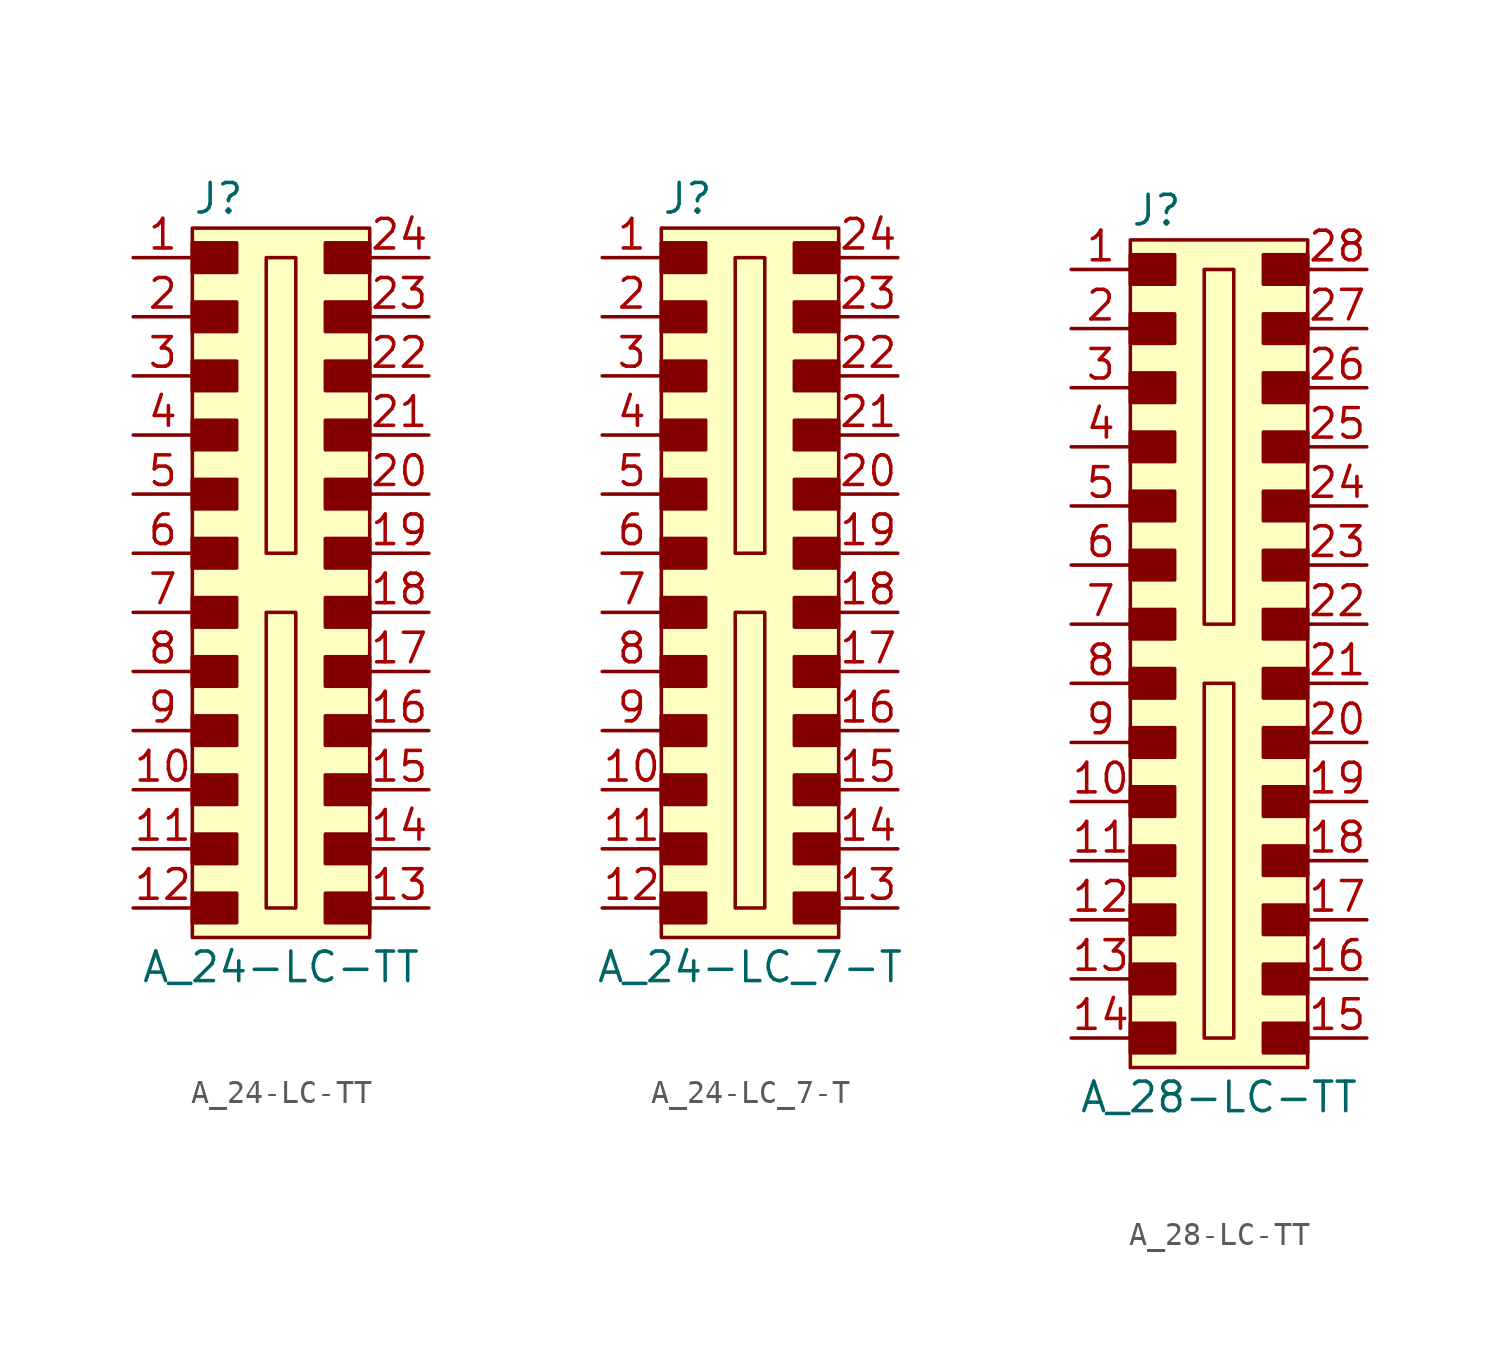
<source format=kicad_sym>
(kicad_symbol_lib
  (version 20211014)
  (generator kicad_symbol_editor)
  (symbol "A_24-LC-TT"
    (pin_names
      (offset 1.016))
    (property "Reference" "J"
      (at -3.81 16.51 0)
      (effects (font (size 1.27 1.27)) (justify left)))
    (property "Value" "A_24-LC-TT"
      (at 0 -16.51 0)
      (effects (font (size 1.27 1.27))))
    (symbol "A_24-LC-TT_1_1"
      (rectangle (start -3.81 -13.335) (end -1.905 -14.605) (stroke (width 0) (type default) (color 0 0 0 0)) (fill (type outline)))
      (rectangle (start -3.81 -10.795) (end -1.905 -12.065) (stroke (width 0) (type default) (color 0 0 0 0)) (fill (type outline)))
      (rectangle (start -3.81 -8.255) (end -1.905 -9.525) (stroke (width 0) (type default) (color 0 0 0 0)) (fill (type outline)))
      (rectangle (start -3.81 -5.715) (end -1.905 -6.985) (stroke (width 0) (type default) (color 0 0 0 0)) (fill (type outline)))
      (rectangle (start -3.81 -3.175) (end -1.905 -4.445) (stroke (width 0) (type default) (color 0 0 0 0)) (fill (type outline)))
      (rectangle (start -3.81 -0.635) (end -1.905 -1.905) (stroke (width 0) (type default) (color 0 0 0 0)) (fill (type outline)))
      (rectangle (start -3.81 1.905) (end -1.905 0.635) (stroke (width 0) (type default) (color 0 0 0 0)) (fill (type outline)))
      (rectangle (start -3.81 4.445) (end -1.905 3.175) (stroke (width 0) (type default) (color 0 0 0 0)) (fill (type outline)))
      (rectangle (start -3.81 6.985) (end -1.905 5.715) (stroke (width 0) (type default) (color 0 0 0 0)) (fill (type outline)))
      (rectangle (start -3.81 9.525) (end -1.905 8.255) (stroke (width 0) (type default) (color 0 0 0 0)) (fill (type outline)))
      (rectangle (start -3.81 12.065) (end -1.905 10.795) (stroke (width 0) (type default) (color 0 0 0 0)) (fill (type outline)))
      (rectangle (start -3.81 14.605) (end -1.905 13.335) (stroke (width 0) (type default) (color 0 0 0 0)) (fill (type outline)))
      (rectangle (start -3.81 15.24) (end 3.81 -15.24) (stroke (width 0) (type default) (color 0 0 0 0)) (fill (type background)))
      (rectangle (start -0.635 -1.27) (end 0.635 -13.97) (stroke (width 0) (type default) (color 0 0 0 0)) (fill (type none)))
      (rectangle (start -0.635 13.97) (end 0.635 1.27) (stroke (width 0) (type default) (color 0 0 0 0)) (fill (type none)))
      (rectangle (start 1.905 -13.335) (end 3.81 -14.605) (stroke (width 0) (type default) (color 0 0 0 0)) (fill (type outline)))
      (rectangle (start 1.905 -10.795) (end 3.81 -12.065) (stroke (width 0) (type default) (color 0 0 0 0)) (fill (type outline)))
      (rectangle (start 1.905 -8.255) (end 3.81 -9.525) (stroke (width 0) (type default) (color 0 0 0 0)) (fill (type outline)))
      (rectangle (start 1.905 -5.715) (end 3.81 -6.985) (stroke (width 0) (type default) (color 0 0 0 0)) (fill (type outline)))
      (rectangle (start 1.905 -3.175) (end 3.81 -4.445) (stroke (width 0) (type default) (color 0 0 0 0)) (fill (type outline)))
      (rectangle (start 1.905 -0.635) (end 3.81 -1.905) (stroke (width 0) (type default) (color 0 0 0 0)) (fill (type outline)))
      (rectangle (start 1.905 1.905) (end 3.81 0.635) (stroke (width 0) (type default) (color 0 0 0 0)) (fill (type outline)))
      (rectangle (start 1.905 4.445) (end 3.81 3.175) (stroke (width 0) (type default) (color 0 0 0 0)) (fill (type outline)))
      (rectangle (start 1.905 6.985) (end 3.81 5.715) (stroke (width 0) (type default) (color 0 0 0 0)) (fill (type outline)))
      (rectangle (start 1.905 9.525) (end 3.81 8.255) (stroke (width 0) (type default) (color 0 0 0 0)) (fill (type outline)))
      (rectangle (start 1.905 12.065) (end 3.81 10.795) (stroke (width 0) (type default) (color 0 0 0 0)) (fill (type outline)))
      (rectangle (start 1.905 14.605) (end 3.81 13.335) (stroke (width 0) (type default) (color 0 0 0 0)) (fill (type outline)))
      (pin passive line (at -6.35 13.97 0) (length 2.54) (name "~" (effects (font (size 1.27 1.27)))) (number "1" (effects (font (size 1.27 1.27)))))
      (pin passive line (at -6.35 -8.89 0) (length 2.54) (name "~" (effects (font (size 1.27 1.27)))) (number "10" (effects (font (size 1.27 1.27)))))
      (pin passive line (at -6.35 -11.43 0) (length 2.54) (name "~" (effects (font (size 1.27 1.27)))) (number "11" (effects (font (size 1.27 1.27)))))
      (pin passive line (at -6.35 -13.97 0) (length 2.54) (name "~" (effects (font (size 1.27 1.27)))) (number "12" (effects (font (size 1.27 1.27)))))
      (pin passive line (at 6.35 -13.97 180) (length 2.54) (name "~" (effects (font (size 1.27 1.27)))) (number "13" (effects (font (size 1.27 1.27)))))
      (pin passive line (at 6.35 -11.43 180) (length 2.54) (name "~" (effects (font (size 1.27 1.27)))) (number "14" (effects (font (size 1.27 1.27)))))
      (pin passive line (at 6.35 -8.89 180) (length 2.54) (name "~" (effects (font (size 1.27 1.27)))) (number "15" (effects (font (size 1.27 1.27)))))
      (pin passive line (at 6.35 -6.35 180) (length 2.54) (name "~" (effects (font (size 1.27 1.27)))) (number "16" (effects (font (size 1.27 1.27)))))
      (pin passive line (at 6.35 -3.81 180) (length 2.54) (name "~" (effects (font (size 1.27 1.27)))) (number "17" (effects (font (size 1.27 1.27)))))
      (pin passive line (at 6.35 -1.27 180) (length 2.54) (name "~" (effects (font (size 1.27 1.27)))) (number "18" (effects (font (size 1.27 1.27)))))
      (pin passive line (at 6.35 1.27 180) (length 2.54) (name "~" (effects (font (size 1.27 1.27)))) (number "19" (effects (font (size 1.27 1.27)))))
      (pin passive line (at -6.35 11.43 0) (length 2.54) (name "~" (effects (font (size 1.27 1.27)))) (number "2" (effects (font (size 1.27 1.27)))))
      (pin passive line (at 6.35 3.81 180) (length 2.54) (name "~" (effects (font (size 1.27 1.27)))) (number "20" (effects (font (size 1.27 1.27)))))
      (pin passive line (at 6.35 6.35 180) (length 2.54) (name "~" (effects (font (size 1.27 1.27)))) (number "21" (effects (font (size 1.27 1.27)))))
      (pin passive line (at 6.35 8.89 180) (length 2.54) (name "~" (effects (font (size 1.27 1.27)))) (number "22" (effects (font (size 1.27 1.27)))))
      (pin passive line (at 6.35 11.43 180) (length 2.54) (name "~" (effects (font (size 1.27 1.27)))) (number "23" (effects (font (size 1.27 1.27)))))
      (pin passive line (at 6.35 13.97 180) (length 2.54) (name "~" (effects (font (size 1.27 1.27)))) (number "24" (effects (font (size 1.27 1.27)))))
      (pin passive line (at -6.35 8.89 0) (length 2.54) (name "~" (effects (font (size 1.27 1.27)))) (number "3" (effects (font (size 1.27 1.27)))))
      (pin passive line (at -6.35 6.35 0) (length 2.54) (name "~" (effects (font (size 1.27 1.27)))) (number "4" (effects (font (size 1.27 1.27)))))
      (pin passive line (at -6.35 3.81 0) (length 2.54) (name "~" (effects (font (size 1.27 1.27)))) (number "5" (effects (font (size 1.27 1.27)))))
      (pin passive line (at -6.35 1.27 0) (length 2.54) (name "~" (effects (font (size 1.27 1.27)))) (number "6" (effects (font (size 1.27 1.27)))))
      (pin passive line (at -6.35 -1.27 0) (length 2.54) (name "~" (effects (font (size 1.27 1.27)))) (number "7" (effects (font (size 1.27 1.27)))))
      (pin passive line (at -6.35 -3.81 0) (length 2.54) (name "~" (effects (font (size 1.27 1.27)))) (number "8" (effects (font (size 1.27 1.27)))))
      (pin passive line (at -6.35 -6.35 0) (length 2.54) (name "~" (effects (font (size 1.27 1.27)))) (number "9" (effects (font (size 1.27 1.27)))))))
  (symbol "A_24-LC_7-T"
    (pin_names
      (offset 1.016))
    (property "Reference" "J"
      (at -3.81 16.51 0)
      (effects (font (size 1.27 1.27)) (justify left)))
    (property "Value" "A_24-LC_7-T"
      (at 0 -16.51 0)
      (effects (font (size 1.27 1.27))))
    (symbol "A_24-LC_7-T_1_1"
      (rectangle (start -3.81 -13.335) (end -1.905 -14.605) (stroke (width 0) (type default) (color 0 0 0 0)) (fill (type outline)))
      (rectangle (start -3.81 -10.795) (end -1.905 -12.065) (stroke (width 0) (type default) (color 0 0 0 0)) (fill (type outline)))
      (rectangle (start -3.81 -8.255) (end -1.905 -9.525) (stroke (width 0) (type default) (color 0 0 0 0)) (fill (type outline)))
      (rectangle (start -3.81 -5.715) (end -1.905 -6.985) (stroke (width 0) (type default) (color 0 0 0 0)) (fill (type outline)))
      (rectangle (start -3.81 -3.175) (end -1.905 -4.445) (stroke (width 0) (type default) (color 0 0 0 0)) (fill (type outline)))
      (rectangle (start -3.81 -0.635) (end -1.905 -1.905) (stroke (width 0) (type default) (color 0 0 0 0)) (fill (type outline)))
      (rectangle (start -3.81 1.905) (end -1.905 0.635) (stroke (width 0) (type default) (color 0 0 0 0)) (fill (type outline)))
      (rectangle (start -3.81 4.445) (end -1.905 3.175) (stroke (width 0) (type default) (color 0 0 0 0)) (fill (type outline)))
      (rectangle (start -3.81 6.985) (end -1.905 5.715) (stroke (width 0) (type default) (color 0 0 0 0)) (fill (type outline)))
      (rectangle (start -3.81 9.525) (end -1.905 8.255) (stroke (width 0) (type default) (color 0 0 0 0)) (fill (type outline)))
      (rectangle (start -3.81 12.065) (end -1.905 10.795) (stroke (width 0) (type default) (color 0 0 0 0)) (fill (type outline)))
      (rectangle (start -3.81 14.605) (end -1.905 13.335) (stroke (width 0) (type default) (color 0 0 0 0)) (fill (type outline)))
      (rectangle (start -3.81 15.24) (end 3.81 -15.24) (stroke (width 0) (type default) (color 0 0 0 0)) (fill (type background)))
      (rectangle (start -0.635 -1.27) (end 0.635 -13.97) (stroke (width 0) (type default) (color 0 0 0 0)) (fill (type none)))
      (rectangle (start -0.635 13.97) (end 0.635 1.27) (stroke (width 0) (type default) (color 0 0 0 0)) (fill (type none)))
      (rectangle (start 1.905 -13.335) (end 3.81 -14.605) (stroke (width 0) (type default) (color 0 0 0 0)) (fill (type outline)))
      (rectangle (start 1.905 -10.795) (end 3.81 -12.065) (stroke (width 0) (type default) (color 0 0 0 0)) (fill (type outline)))
      (rectangle (start 1.905 -8.255) (end 3.81 -9.525) (stroke (width 0) (type default) (color 0 0 0 0)) (fill (type outline)))
      (rectangle (start 1.905 -5.715) (end 3.81 -6.985) (stroke (width 0) (type default) (color 0 0 0 0)) (fill (type outline)))
      (rectangle (start 1.905 -3.175) (end 3.81 -4.445) (stroke (width 0) (type default) (color 0 0 0 0)) (fill (type outline)))
      (rectangle (start 1.905 -0.635) (end 3.81 -1.905) (stroke (width 0) (type default) (color 0 0 0 0)) (fill (type outline)))
      (rectangle (start 1.905 1.905) (end 3.81 0.635) (stroke (width 0) (type default) (color 0 0 0 0)) (fill (type outline)))
      (rectangle (start 1.905 4.445) (end 3.81 3.175) (stroke (width 0) (type default) (color 0 0 0 0)) (fill (type outline)))
      (rectangle (start 1.905 6.985) (end 3.81 5.715) (stroke (width 0) (type default) (color 0 0 0 0)) (fill (type outline)))
      (rectangle (start 1.905 9.525) (end 3.81 8.255) (stroke (width 0) (type default) (color 0 0 0 0)) (fill (type outline)))
      (rectangle (start 1.905 12.065) (end 3.81 10.795) (stroke (width 0) (type default) (color 0 0 0 0)) (fill (type outline)))
      (rectangle (start 1.905 14.605) (end 3.81 13.335) (stroke (width 0) (type default) (color 0 0 0 0)) (fill (type outline)))
      (pin passive line (at -6.35 13.97 0) (length 2.54) (name "~" (effects (font (size 1.27 1.27)))) (number "1" (effects (font (size 1.27 1.27)))))
      (pin passive line (at -6.35 -8.89 0) (length 2.54) (name "~" (effects (font (size 1.27 1.27)))) (number "10" (effects (font (size 1.27 1.27)))))
      (pin passive line (at -6.35 -11.43 0) (length 2.54) (name "~" (effects (font (size 1.27 1.27)))) (number "11" (effects (font (size 1.27 1.27)))))
      (pin passive line (at -6.35 -13.97 0) (length 2.54) (name "~" (effects (font (size 1.27 1.27)))) (number "12" (effects (font (size 1.27 1.27)))))
      (pin passive line (at 6.35 -13.97 180) (length 2.54) (name "~" (effects (font (size 1.27 1.27)))) (number "13" (effects (font (size 1.27 1.27)))))
      (pin passive line (at 6.35 -11.43 180) (length 2.54) (name "~" (effects (font (size 1.27 1.27)))) (number "14" (effects (font (size 1.27 1.27)))))
      (pin passive line (at 6.35 -8.89 180) (length 2.54) (name "~" (effects (font (size 1.27 1.27)))) (number "15" (effects (font (size 1.27 1.27)))))
      (pin passive line (at 6.35 -6.35 180) (length 2.54) (name "~" (effects (font (size 1.27 1.27)))) (number "16" (effects (font (size 1.27 1.27)))))
      (pin passive line (at 6.35 -3.81 180) (length 2.54) (name "~" (effects (font (size 1.27 1.27)))) (number "17" (effects (font (size 1.27 1.27)))))
      (pin passive line (at 6.35 -1.27 180) (length 2.54) (name "~" (effects (font (size 1.27 1.27)))) (number "18" (effects (font (size 1.27 1.27)))))
      (pin passive line (at 6.35 1.27 180) (length 2.54) (name "~" (effects (font (size 1.27 1.27)))) (number "19" (effects (font (size 1.27 1.27)))))
      (pin passive line (at -6.35 11.43 0) (length 2.54) (name "~" (effects (font (size 1.27 1.27)))) (number "2" (effects (font (size 1.27 1.27)))))
      (pin passive line (at 6.35 3.81 180) (length 2.54) (name "~" (effects (font (size 1.27 1.27)))) (number "20" (effects (font (size 1.27 1.27)))))
      (pin passive line (at 6.35 6.35 180) (length 2.54) (name "~" (effects (font (size 1.27 1.27)))) (number "21" (effects (font (size 1.27 1.27)))))
      (pin passive line (at 6.35 8.89 180) (length 2.54) (name "~" (effects (font (size 1.27 1.27)))) (number "22" (effects (font (size 1.27 1.27)))))
      (pin passive line (at 6.35 11.43 180) (length 2.54) (name "~" (effects (font (size 1.27 1.27)))) (number "23" (effects (font (size 1.27 1.27)))))
      (pin passive line (at 6.35 13.97 180) (length 2.54) (name "~" (effects (font (size 1.27 1.27)))) (number "24" (effects (font (size 1.27 1.27)))))
      (pin passive line (at -6.35 8.89 0) (length 2.54) (name "~" (effects (font (size 1.27 1.27)))) (number "3" (effects (font (size 1.27 1.27)))))
      (pin passive line (at -6.35 6.35 0) (length 2.54) (name "~" (effects (font (size 1.27 1.27)))) (number "4" (effects (font (size 1.27 1.27)))))
      (pin passive line (at -6.35 3.81 0) (length 2.54) (name "~" (effects (font (size 1.27 1.27)))) (number "5" (effects (font (size 1.27 1.27)))))
      (pin passive line (at -6.35 1.27 0) (length 2.54) (name "~" (effects (font (size 1.27 1.27)))) (number "6" (effects (font (size 1.27 1.27)))))
      (pin passive line (at -6.35 -1.27 0) (length 2.54) (name "~" (effects (font (size 1.27 1.27)))) (number "7" (effects (font (size 1.27 1.27)))))
      (pin passive line (at -6.35 -3.81 0) (length 2.54) (name "~" (effects (font (size 1.27 1.27)))) (number "8" (effects (font (size 1.27 1.27)))))
      (pin passive line (at -6.35 -6.35 0) (length 2.54) (name "~" (effects (font (size 1.27 1.27)))) (number "9" (effects (font (size 1.27 1.27)))))))
  (symbol "A_28-LC-TT"
    (pin_names
      (offset 1.016))
    (property "Reference" "J"
      (at -3.81 19.05 0)
      (effects (font (size 1.27 1.27)) (justify left)))
    (property "Value" "A_28-LC-TT"
      (at 0 -19.05 0)
      (effects (font (size 1.27 1.27))))
    (symbol "A_28-LC-TT_1_1"
      (rectangle (start -3.81 -15.875) (end -1.905 -17.145) (stroke (width 0) (type default) (color 0 0 0 0)) (fill (type outline)))
      (rectangle (start -3.81 -13.335) (end -1.905 -14.605) (stroke (width 0) (type default) (color 0 0 0 0)) (fill (type outline)))
      (rectangle (start -3.81 -10.795) (end -1.905 -12.065) (stroke (width 0) (type default) (color 0 0 0 0)) (fill (type outline)))
      (rectangle (start -3.81 -8.255) (end -1.905 -9.525) (stroke (width 0) (type default) (color 0 0 0 0)) (fill (type outline)))
      (rectangle (start -3.81 -5.715) (end -1.905 -6.985) (stroke (width 0) (type default) (color 0 0 0 0)) (fill (type outline)))
      (rectangle (start -3.81 -3.175) (end -1.905 -4.445) (stroke (width 0) (type default) (color 0 0 0 0)) (fill (type outline)))
      (rectangle (start -3.81 -0.635) (end -1.905 -1.905) (stroke (width 0) (type default) (color 0 0 0 0)) (fill (type outline)))
      (rectangle (start -3.81 1.905) (end -1.905 0.635) (stroke (width 0) (type default) (color 0 0 0 0)) (fill (type outline)))
      (rectangle (start -3.81 4.445) (end -1.905 3.175) (stroke (width 0) (type default) (color 0 0 0 0)) (fill (type outline)))
      (rectangle (start -3.81 6.985) (end -1.905 5.715) (stroke (width 0) (type default) (color 0 0 0 0)) (fill (type outline)))
      (rectangle (start -3.81 9.525) (end -1.905 8.255) (stroke (width 0) (type default) (color 0 0 0 0)) (fill (type outline)))
      (rectangle (start -3.81 12.065) (end -1.905 10.795) (stroke (width 0) (type default) (color 0 0 0 0)) (fill (type outline)))
      (rectangle (start -3.81 14.605) (end -1.905 13.335) (stroke (width 0) (type default) (color 0 0 0 0)) (fill (type outline)))
      (rectangle (start -3.81 17.145) (end -1.905 15.875) (stroke (width 0) (type default) (color 0 0 0 0)) (fill (type outline)))
      (rectangle (start -3.81 17.78) (end 3.81 -17.78) (stroke (width 0) (type default) (color 0 0 0 0)) (fill (type background)))
      (rectangle (start -0.635 -1.27) (end 0.635 -16.51) (stroke (width 0) (type default) (color 0 0 0 0)) (fill (type none)))
      (rectangle (start -0.635 16.51) (end 0.635 1.27) (stroke (width 0) (type default) (color 0 0 0 0)) (fill (type none)))
      (rectangle (start 1.905 -15.875) (end 3.81 -17.145) (stroke (width 0) (type default) (color 0 0 0 0)) (fill (type outline)))
      (rectangle (start 1.905 -13.335) (end 3.81 -14.605) (stroke (width 0) (type default) (color 0 0 0 0)) (fill (type outline)))
      (rectangle (start 1.905 -10.795) (end 3.81 -12.065) (stroke (width 0) (type default) (color 0 0 0 0)) (fill (type outline)))
      (rectangle (start 1.905 -8.255) (end 3.81 -9.525) (stroke (width 0) (type default) (color 0 0 0 0)) (fill (type outline)))
      (rectangle (start 1.905 -5.715) (end 3.81 -6.985) (stroke (width 0) (type default) (color 0 0 0 0)) (fill (type outline)))
      (rectangle (start 1.905 -3.175) (end 3.81 -4.445) (stroke (width 0) (type default) (color 0 0 0 0)) (fill (type outline)))
      (rectangle (start 1.905 -0.635) (end 3.81 -1.905) (stroke (width 0) (type default) (color 0 0 0 0)) (fill (type outline)))
      (rectangle (start 1.905 1.905) (end 3.81 0.635) (stroke (width 0) (type default) (color 0 0 0 0)) (fill (type outline)))
      (rectangle (start 1.905 4.445) (end 3.81 3.175) (stroke (width 0) (type default) (color 0 0 0 0)) (fill (type outline)))
      (rectangle (start 1.905 6.985) (end 3.81 5.715) (stroke (width 0) (type default) (color 0 0 0 0)) (fill (type outline)))
      (rectangle (start 1.905 9.525) (end 3.81 8.255) (stroke (width 0) (type default) (color 0 0 0 0)) (fill (type outline)))
      (rectangle (start 1.905 12.065) (end 3.81 10.795) (stroke (width 0) (type default) (color 0 0 0 0)) (fill (type outline)))
      (rectangle (start 1.905 14.605) (end 3.81 13.335) (stroke (width 0) (type default) (color 0 0 0 0)) (fill (type outline)))
      (rectangle (start 1.905 17.145) (end 3.81 15.875) (stroke (width 0) (type default) (color 0 0 0 0)) (fill (type outline)))
      (pin passive line (at -6.35 16.51 0) (length 2.54) (name "~" (effects (font (size 1.27 1.27)))) (number "1" (effects (font (size 1.27 1.27)))))
      (pin passive line (at -6.35 -6.35 0) (length 2.54) (name "~" (effects (font (size 1.27 1.27)))) (number "10" (effects (font (size 1.27 1.27)))))
      (pin passive line (at -6.35 -8.89 0) (length 2.54) (name "~" (effects (font (size 1.27 1.27)))) (number "11" (effects (font (size 1.27 1.27)))))
      (pin passive line (at -6.35 -11.43 0) (length 2.54) (name "~" (effects (font (size 1.27 1.27)))) (number "12" (effects (font (size 1.27 1.27)))))
      (pin passive line (at -6.35 -13.97 0) (length 2.54) (name "~" (effects (font (size 1.27 1.27)))) (number "13" (effects (font (size 1.27 1.27)))))
      (pin passive line (at -6.35 -16.51 0) (length 2.54) (name "~" (effects (font (size 1.27 1.27)))) (number "14" (effects (font (size 1.27 1.27)))))
      (pin passive line (at 6.35 -16.51 180) (length 2.54) (name "~" (effects (font (size 1.27 1.27)))) (number "15" (effects (font (size 1.27 1.27)))))
      (pin passive line (at 6.35 -13.97 180) (length 2.54) (name "~" (effects (font (size 1.27 1.27)))) (number "16" (effects (font (size 1.27 1.27)))))
      (pin passive line (at 6.35 -11.43 180) (length 2.54) (name "~" (effects (font (size 1.27 1.27)))) (number "17" (effects (font (size 1.27 1.27)))))
      (pin passive line (at 6.35 -8.89 180) (length 2.54) (name "~" (effects (font (size 1.27 1.27)))) (number "18" (effects (font (size 1.27 1.27)))))
      (pin passive line (at 6.35 -6.35 180) (length 2.54) (name "~" (effects (font (size 1.27 1.27)))) (number "19" (effects (font (size 1.27 1.27)))))
      (pin passive line (at -6.35 13.97 0) (length 2.54) (name "~" (effects (font (size 1.27 1.27)))) (number "2" (effects (font (size 1.27 1.27)))))
      (pin passive line (at 6.35 -3.81 180) (length 2.54) (name "~" (effects (font (size 1.27 1.27)))) (number "20" (effects (font (size 1.27 1.27)))))
      (pin passive line (at 6.35 -1.27 180) (length 2.54) (name "~" (effects (font (size 1.27 1.27)))) (number "21" (effects (font (size 1.27 1.27)))))
      (pin passive line (at 6.35 1.27 180) (length 2.54) (name "~" (effects (font (size 1.27 1.27)))) (number "22" (effects (font (size 1.27 1.27)))))
      (pin passive line (at 6.35 3.81 180) (length 2.54) (name "~" (effects (font (size 1.27 1.27)))) (number "23" (effects (font (size 1.27 1.27)))))
      (pin passive line (at 6.35 6.35 180) (length 2.54) (name "~" (effects (font (size 1.27 1.27)))) (number "24" (effects (font (size 1.27 1.27)))))
      (pin passive line (at 6.35 8.89 180) (length 2.54) (name "~" (effects (font (size 1.27 1.27)))) (number "25" (effects (font (size 1.27 1.27)))))
      (pin passive line (at 6.35 11.43 180) (length 2.54) (name "~" (effects (font (size 1.27 1.27)))) (number "26" (effects (font (size 1.27 1.27)))))
      (pin passive line (at 6.35 13.97 180) (length 2.54) (name "~" (effects (font (size 1.27 1.27)))) (number "27" (effects (font (size 1.27 1.27)))))
      (pin passive line (at 6.35 16.51 180) (length 2.54) (name "~" (effects (font (size 1.27 1.27)))) (number "28" (effects (font (size 1.27 1.27)))))
      (pin passive line (at -6.35 11.43 0) (length 2.54) (name "~" (effects (font (size 1.27 1.27)))) (number "3" (effects (font (size 1.27 1.27)))))
      (pin passive line (at -6.35 8.89 0) (length 2.54) (name "~" (effects (font (size 1.27 1.27)))) (number "4" (effects (font (size 1.27 1.27)))))
      (pin passive line (at -6.35 6.35 0) (length 2.54) (name "~" (effects (font (size 1.27 1.27)))) (number "5" (effects (font (size 1.27 1.27)))))
      (pin passive line (at -6.35 3.81 0) (length 2.54) (name "~" (effects (font (size 1.27 1.27)))) (number "6" (effects (font (size 1.27 1.27)))))
      (pin passive line (at -6.35 1.27 0) (length 2.54) (name "~" (effects (font (size 1.27 1.27)))) (number "7" (effects (font (size 1.27 1.27)))))
      (pin passive line (at -6.35 -1.27 0) (length 2.54) (name "~" (effects (font (size 1.27 1.27)))) (number "8" (effects (font (size 1.27 1.27)))))
      (pin passive line (at -6.35 -3.81 0) (length 2.54) (name "~" (effects (font (size 1.27 1.27)))) (number "9" (effects (font (size 1.27 1.27))))))))
</source>
